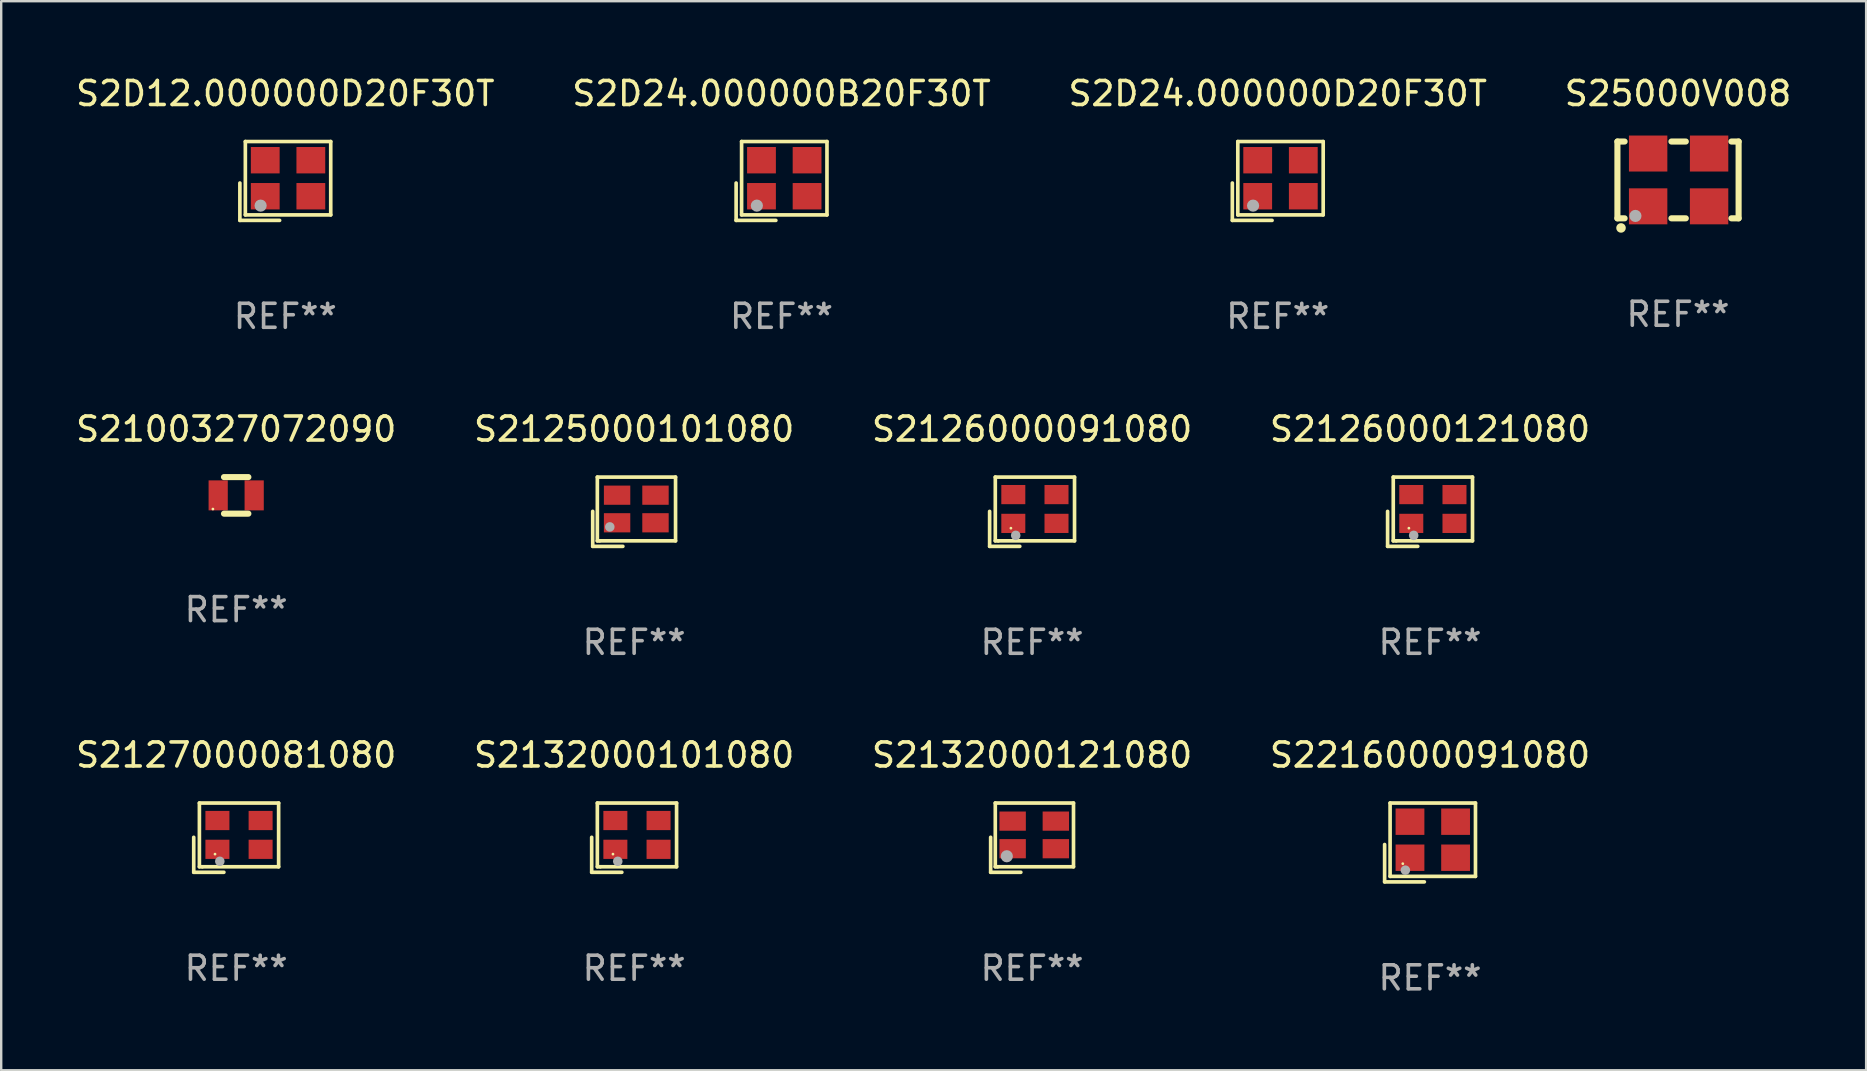
<source format=kicad_pcb>
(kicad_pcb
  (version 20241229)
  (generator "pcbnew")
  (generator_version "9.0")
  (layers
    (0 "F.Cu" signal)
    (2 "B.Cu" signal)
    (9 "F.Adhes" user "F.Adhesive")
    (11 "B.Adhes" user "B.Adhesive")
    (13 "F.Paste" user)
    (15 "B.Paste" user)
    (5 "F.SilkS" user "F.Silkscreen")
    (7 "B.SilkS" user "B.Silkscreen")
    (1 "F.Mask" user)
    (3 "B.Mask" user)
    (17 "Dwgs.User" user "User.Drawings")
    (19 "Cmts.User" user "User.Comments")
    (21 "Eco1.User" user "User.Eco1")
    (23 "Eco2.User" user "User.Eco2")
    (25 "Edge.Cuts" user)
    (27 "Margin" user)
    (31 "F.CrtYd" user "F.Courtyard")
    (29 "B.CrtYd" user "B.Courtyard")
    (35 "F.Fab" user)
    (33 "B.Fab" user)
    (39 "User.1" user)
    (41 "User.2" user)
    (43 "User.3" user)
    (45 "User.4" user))
  (footprint "S2126000121080"
    (layer "F.Cu")
    (at 56.542 18.274)
    (property "Reference" "S2126000121080" (at 0 -3.443 0) (layer "F.SilkS") (effects (font (size 1 1) (thickness 0.15))))
    (attr through_hole)
    (fp_line (start -1.769 -0.014) (end -1.769 1.443) (stroke (width 0.152) (type solid)) (layer "F.SilkS"))
    (fp_line (start -1.769 1.443) (end -0.512 1.443) (stroke (width 0.152) (type solid)) (layer "F.SilkS"))
    (fp_line (start -1.533 -1.443) (end 1.769 -1.443) (stroke (width 0.152) (type solid)) (layer "F.SilkS"))
    (fp_line (start -1.533 1.214) (end -1.533 -1.443) (stroke (width 0.152) (type solid)) (layer "F.SilkS"))
    (fp_line (start -1.411 1.214) (end -1.533 1.214) (stroke (width 0.152) (type solid)) (layer "F.SilkS"))
    (fp_line (start 1.769 -1.443) (end 1.769 1.214) (stroke (width 0.152) (type solid)) (layer "F.SilkS"))
    (fp_line (start 1.769 1.214) (end -1.411 1.214) (stroke (width 0.152) (type solid)) (layer "F.SilkS"))
    (fp_circle (center -0.882 0.686) (end -0.852 0.686) (stroke (width 0.06) (type solid)) (fill no) (layer "F.SilkS"))
    (fp_circle (center -0.682 0.986) (end -0.582 0.986) (stroke (width 0.2) (type solid)) (fill no) (layer "F.Fab"))
    (fp_text user "REF**" (at 0 5.443 0) (layer "F.Fab") (effects (font (size 1 1) (thickness 0.15))))
    (pad "1" smd rect (at -0.782 0.486 90) (size 0.8 1) (layers "F.Cu" "F.Mask" "F.Paste"))
    (pad "2" smd rect (at 1.018 0.486 90) (size 0.8 1) (layers "F.Cu" "F.Mask" "F.Paste"))
    (pad "3" smd rect (at 1.018 -0.714 90) (size 0.8 1) (layers "F.Cu" "F.Mask" "F.Paste"))
    (pad "4" smd rect (at -0.782 -0.714 90) (size 0.8 1) (layers "F.Cu" "F.Mask" "F.Paste")))
  (footprint "S2125000101080"
    (layer "F.Cu")
    (at 23.375 18.274)
    (property "Reference" "S2125000101080" (at 0 -3.443 0) (layer "F.SilkS") (effects (font (size 1 1) (thickness 0.15))))
    (attr through_hole)
    (fp_line (start -1.726 -0.015) (end -1.726 1.443) (stroke (width 0.152) (type solid)) (layer "F.SilkS"))
    (fp_line (start -1.726 1.443) (end -0.469 1.443) (stroke (width 0.152) (type solid)) (layer "F.SilkS"))
    (fp_line (start -1.533 -1.443) (end 1.726 -1.443) (stroke (width 0.152) (type solid)) (layer "F.SilkS"))
    (fp_line (start -1.533 1.214) (end -1.533 -1.443) (stroke (width 0.152) (type solid)) (layer "F.SilkS"))
    (fp_line (start -1.439 1.214) (end -1.533 1.214) (stroke (width 0.152) (type solid)) (layer "F.SilkS"))
    (fp_line (start 1.726 -1.443) (end 1.726 1.214) (stroke (width 0.152) (type solid)) (layer "F.SilkS"))
    (fp_line (start 1.726 1.214) (end -1.439 1.214) (stroke (width 0.152) (type solid)) (layer "F.SilkS"))
    (fp_circle (center -0.91 0.686) (end -0.88 0.686) (stroke (width 0.06) (type solid)) (fill no) (layer "F.SilkS"))
    (fp_circle (center -1.014 0.633) (end -0.914 0.633) (stroke (width 0.2) (type solid)) (fill no) (layer "F.Fab"))
    (fp_text user "REF**" (at 0 5.443 0) (layer "F.Fab") (effects (font (size 1 1) (thickness 0.15))))
    (pad "1" smd rect (at -0.71 0.461) (size 1.1 0.8) (layers "F.Cu" "F.Mask" "F.Paste"))
    (pad "2" smd rect (at 0.89 0.461) (size 1.1 0.8) (layers "F.Cu" "F.Mask" "F.Paste"))
    (pad "3" smd rect (at 0.89 -0.689) (size 1.1 0.8) (layers "F.Cu" "F.Mask" "F.Paste"))
    (pad "4" smd rect (at -0.71 -0.689) (size 1.1 0.8) (layers "F.Cu" "F.Mask" "F.Paste")))
  (footprint "S2D24.000000B20F30T"
    (layer "F.Cu")
    (at 29.518 4.491)
    (property "Reference" "S2D24.000000B20F30T" (at 0 -3.643 0) (layer "F.SilkS") (effects (font (size 1 1) (thickness 0.15))))
    (attr through_hole)
    (fp_line (start -1.893 0.086) (end -1.893 1.643) (stroke (width 0.152) (type solid)) (layer "F.SilkS"))
    (fp_line (start -1.893 1.643) (end -0.237 1.643) (stroke (width 0.152) (type solid)) (layer "F.SilkS"))
    (fp_line (start -1.665 -1.643) (end 1.893 -1.643) (stroke (width 0.152) (type solid)) (layer "F.SilkS"))
    (fp_line (start -1.665 1.414) (end -1.665 -1.643) (stroke (width 0.152) (type solid)) (layer "F.SilkS"))
    (fp_line (start 1.893 -1.643) (end 1.893 1.414) (stroke (width 0.152) (type solid)) (layer "F.SilkS"))
    (fp_line (start 1.893 1.414) (end -1.665 1.414) (stroke (width 0.152) (type solid)) (layer "F.SilkS"))
    (fp_circle (center -1.136 0.885) (end -1.106 0.885) (stroke (width 0.06) (type solid)) (fill no) (layer "F.SilkS"))
    (fp_circle (center -1.029 1.028) (end -0.902 1.028) (stroke (width 0.254) (type solid)) (fill no) (layer "F.Fab"))
    (fp_text user "REF**" (at 0 5.643 0) (layer "F.Fab") (effects (font (size 1 1) (thickness 0.15))))
    (pad "1" smd rect (at -0.836 0.636) (size 1.2 1.1) (layers "F.Cu" "F.Mask" "F.Paste"))
    (pad "2" smd rect (at 1.064 0.636) (size 1.2 1.1) (layers "F.Cu" "F.Mask" "F.Paste"))
    (pad "3" smd rect (at 1.064 -0.865) (size 1.2 1.1) (layers "F.Cu" "F.Mask" "F.Paste"))
    (pad "4" smd rect (at -0.836 -0.865) (size 1.2 1.1) (layers "F.Cu" "F.Mask" "F.Paste")))
  (footprint "S2100327072090"
    (layer "F.Cu")
    (at 6.792 17.593)
    (property "Reference" "S2100327072090" (at 0 -2.762 0) (layer "F.SilkS") (effects (font (size 1 1) (thickness 0.15))))
    (attr through_hole)
    (fp_line (start -0.508 -0.762) (end 0.508 -0.762) (stroke (width 0.254) (type solid)) (layer "F.SilkS"))
    (fp_line (start -0.508 0.762) (end 0.508 0.762) (stroke (width 0.254) (type solid)) (layer "F.SilkS"))
    (fp_circle (center -0.97 0.57) (end -0.94 0.57) (stroke (width 0.06) (type solid)) (fill no) (layer "F.SilkS"))
    (fp_text user "REF**" (at 0 4.762 0) (layer "F.Fab") (effects (font (size 1 1) (thickness 0.15))))
    (pad "1" smd rect (at -0.75 0 180) (size 0.8 1.25) (layers "F.Cu" "F.Mask" "F.Paste"))
    (pad "2" smd rect (at 0.75 0) (size 0.8 1.25) (layers "F.Cu" "F.Mask" "F.Paste")))
  (footprint "S2D12.000000D20F30T"
    (layer "F.Cu")
    (at 8.839 4.491)
    (property "Reference" "S2D12.000000D20F30T" (at 0 -3.643 0) (layer "F.SilkS") (effects (font (size 1 1) (thickness 0.15))))
    (attr through_hole)
    (fp_line (start -1.893 0.086) (end -1.893 1.643) (stroke (width 0.152) (type solid)) (layer "F.SilkS"))
    (fp_line (start -1.893 1.643) (end -0.237 1.643) (stroke (width 0.152) (type solid)) (layer "F.SilkS"))
    (fp_line (start -1.665 -1.643) (end 1.893 -1.643) (stroke (width 0.152) (type solid)) (layer "F.SilkS"))
    (fp_line (start -1.665 1.414) (end -1.665 -1.643) (stroke (width 0.152) (type solid)) (layer "F.SilkS"))
    (fp_line (start 1.893 -1.643) (end 1.893 1.414) (stroke (width 0.152) (type solid)) (layer "F.SilkS"))
    (fp_line (start 1.893 1.414) (end -1.665 1.414) (stroke (width 0.152) (type solid)) (layer "F.SilkS"))
    (fp_circle (center -1.136 0.885) (end -1.106 0.885) (stroke (width 0.06) (type solid)) (fill no) (layer "F.SilkS"))
    (fp_circle (center -1.029 1.028) (end -0.902 1.028) (stroke (width 0.254) (type solid)) (fill no) (layer "F.Fab"))
    (fp_text user "REF**" (at 0 5.643 0) (layer "F.Fab") (effects (font (size 1 1) (thickness 0.15))))
    (pad "1" smd rect (at -0.836 0.636) (size 1.2 1.1) (layers "F.Cu" "F.Mask" "F.Paste"))
    (pad "2" smd rect (at 1.064 0.636) (size 1.2 1.1) (layers "F.Cu" "F.Mask" "F.Paste"))
    (pad "3" smd rect (at 1.064 -0.865) (size 1.2 1.1) (layers "F.Cu" "F.Mask" "F.Paste"))
    (pad "4" smd rect (at -0.836 -0.865) (size 1.2 1.1) (layers "F.Cu" "F.Mask" "F.Paste")))
  (footprint "S2132000101080"
    (layer "F.Cu")
    (at 23.375 31.856)
    (property "Reference" "S2132000101080" (at 0 -3.443 0) (layer "F.SilkS") (effects (font (size 1 1) (thickness 0.15))))
    (attr through_hole)
    (fp_line (start -1.769 -0.014) (end -1.769 1.443) (stroke (width 0.152) (type solid)) (layer "F.SilkS"))
    (fp_line (start -1.769 1.443) (end -0.512 1.443) (stroke (width 0.152) (type solid)) (layer "F.SilkS"))
    (fp_line (start -1.533 -1.443) (end 1.769 -1.443) (stroke (width 0.152) (type solid)) (layer "F.SilkS"))
    (fp_line (start -1.533 1.214) (end -1.533 -1.443) (stroke (width 0.152) (type solid)) (layer "F.SilkS"))
    (fp_line (start -1.411 1.214) (end -1.533 1.214) (stroke (width 0.152) (type solid)) (layer "F.SilkS"))
    (fp_line (start 1.769 -1.443) (end 1.769 1.214) (stroke (width 0.152) (type solid)) (layer "F.SilkS"))
    (fp_line (start 1.769 1.214) (end -1.411 1.214) (stroke (width 0.152) (type solid)) (layer "F.SilkS"))
    (fp_circle (center -0.882 0.686) (end -0.852 0.686) (stroke (width 0.06) (type solid)) (fill no) (layer "F.SilkS"))
    (fp_circle (center -0.682 0.986) (end -0.582 0.986) (stroke (width 0.2) (type solid)) (fill no) (layer "F.Fab"))
    (fp_text user "REF**" (at 0 5.443 0) (layer "F.Fab") (effects (font (size 1 1) (thickness 0.15))))
    (pad "1" smd rect (at -0.782 0.486 90) (size 0.8 1) (layers "F.Cu" "F.Mask" "F.Paste"))
    (pad "2" smd rect (at 1.018 0.486 90) (size 0.8 1) (layers "F.Cu" "F.Mask" "F.Paste"))
    (pad "3" smd rect (at 1.018 -0.714 90) (size 0.8 1) (layers "F.Cu" "F.Mask" "F.Paste"))
    (pad "4" smd rect (at -0.782 -0.714 90) (size 0.8 1) (layers "F.Cu" "F.Mask" "F.Paste")))
  (footprint "S2126000091080"
    (layer "F.Cu")
    (at 39.958 18.274)
    (property "Reference" "S2126000091080" (at 0 -3.443 0) (layer "F.SilkS") (effects (font (size 1 1) (thickness 0.15))))
    (attr through_hole)
    (fp_line (start -1.769 -0.014) (end -1.769 1.443) (stroke (width 0.152) (type solid)) (layer "F.SilkS"))
    (fp_line (start -1.769 1.443) (end -0.512 1.443) (stroke (width 0.152) (type solid)) (layer "F.SilkS"))
    (fp_line (start -1.533 -1.443) (end 1.769 -1.443) (stroke (width 0.152) (type solid)) (layer "F.SilkS"))
    (fp_line (start -1.533 1.214) (end -1.533 -1.443) (stroke (width 0.152) (type solid)) (layer "F.SilkS"))
    (fp_line (start -1.411 1.214) (end -1.533 1.214) (stroke (width 0.152) (type solid)) (layer "F.SilkS"))
    (fp_line (start 1.769 -1.443) (end 1.769 1.214) (stroke (width 0.152) (type solid)) (layer "F.SilkS"))
    (fp_line (start 1.769 1.214) (end -1.411 1.214) (stroke (width 0.152) (type solid)) (layer "F.SilkS"))
    (fp_circle (center -0.882 0.686) (end -0.852 0.686) (stroke (width 0.06) (type solid)) (fill no) (layer "F.SilkS"))
    (fp_circle (center -0.682 0.986) (end -0.582 0.986) (stroke (width 0.2) (type solid)) (fill no) (layer "F.Fab"))
    (fp_text user "REF**" (at 0 5.443 0) (layer "F.Fab") (effects (font (size 1 1) (thickness 0.15))))
    (pad "1" smd rect (at -0.782 0.486 90) (size 0.8 1) (layers "F.Cu" "F.Mask" "F.Paste"))
    (pad "2" smd rect (at 1.018 0.486 90) (size 0.8 1) (layers "F.Cu" "F.Mask" "F.Paste"))
    (pad "3" smd rect (at 1.018 -0.714 90) (size 0.8 1) (layers "F.Cu" "F.Mask" "F.Paste"))
    (pad "4" smd rect (at -0.782 -0.714 90) (size 0.8 1) (layers "F.Cu" "F.Mask" "F.Paste")))
  (footprint "S25000V008"
    (layer "F.Cu")
    (at 66.875 4.448)
    (property "Reference" "S25000V008" (at 0 -3.6 0) (layer "F.SilkS") (effects (font (size 1 1) (thickness 0.15))))
    (attr through_hole)
    (fp_line (start -2.525 -1.6) (end -2.225 -1.6) (stroke (width 0.254) (type solid)) (layer "F.SilkS"))
    (fp_line (start -2.525 1.6) (end -2.525 -1.6) (stroke (width 0.254) (type solid)) (layer "F.SilkS"))
    (fp_line (start -2.225 1.6) (end -2.525 1.6) (stroke (width 0.254) (type solid)) (layer "F.SilkS"))
    (fp_line (start -0.275 -1.6) (end 0.325 -1.6) (stroke (width 0.254) (type solid)) (layer "F.SilkS"))
    (fp_line (start -0.275 1.6) (end 0.325 1.6) (stroke (width 0.254) (type solid)) (layer "F.SilkS"))
    (fp_line (start 2.225 -1.6) (end 2.525 -1.6) (stroke (width 0.254) (type solid)) (layer "F.SilkS"))
    (fp_line (start 2.525 -1.6) (end 2.525 1.6) (stroke (width 0.254) (type solid)) (layer "F.SilkS"))
    (fp_line (start 2.525 1.6) (end 2.225 1.6) (stroke (width 0.254) (type solid)) (layer "F.SilkS"))
    (fp_circle (center -2.475 1.65) (end -2.445 1.65) (stroke (width 0.06) (type solid)) (fill no) (layer "F.SilkS"))
    (fp_circle (center -2.375 2) (end -2.275 2) (stroke (width 0.2) (type solid)) (fill no) (layer "F.SilkS"))
    (fp_circle (center -1.775 1.5) (end -1.648 1.5) (stroke (width 0.254) (type solid)) (fill no) (layer "F.Fab"))
    (fp_text user "REF**" (at 0 5.6 0) (layer "F.Fab") (effects (font (size 1 1) (thickness 0.15))))
    (pad "1" smd rect (at -1.245 1.1) (size 1.6 1.5) (layers "F.Cu" "F.Mask" "F.Paste"))
    (pad "2" smd rect (at 1.295 1.1) (size 1.6 1.5) (layers "F.Cu" "F.Mask" "F.Paste"))
    (pad "3" smd rect (at 1.295 -1.1 180) (size 1.6 1.5) (layers "F.Cu" "F.Mask" "F.Paste"))
    (pad "4" smd rect (at -1.245 -1.1) (size 1.6 1.5) (layers "F.Cu" "F.Mask" "F.Paste")))
  (footprint "S2127000081080"
    (layer "F.Cu")
    (at 6.792 31.856)
    (property "Reference" "S2127000081080" (at 0 -3.443 0) (layer "F.SilkS") (effects (font (size 1 1) (thickness 0.15))))
    (attr through_hole)
    (fp_line (start -1.769 -0.014) (end -1.769 1.443) (stroke (width 0.152) (type solid)) (layer "F.SilkS"))
    (fp_line (start -1.769 1.443) (end -0.512 1.443) (stroke (width 0.152) (type solid)) (layer "F.SilkS"))
    (fp_line (start -1.533 -1.443) (end 1.769 -1.443) (stroke (width 0.152) (type solid)) (layer "F.SilkS"))
    (fp_line (start -1.533 1.214) (end -1.533 -1.443) (stroke (width 0.152) (type solid)) (layer "F.SilkS"))
    (fp_line (start -1.411 1.214) (end -1.533 1.214) (stroke (width 0.152) (type solid)) (layer "F.SilkS"))
    (fp_line (start 1.769 -1.443) (end 1.769 1.214) (stroke (width 0.152) (type solid)) (layer "F.SilkS"))
    (fp_line (start 1.769 1.214) (end -1.411 1.214) (stroke (width 0.152) (type solid)) (layer "F.SilkS"))
    (fp_circle (center -0.882 0.686) (end -0.852 0.686) (stroke (width 0.06) (type solid)) (fill no) (layer "F.SilkS"))
    (fp_circle (center -0.682 0.986) (end -0.582 0.986) (stroke (width 0.2) (type solid)) (fill no) (layer "F.Fab"))
    (fp_text user "REF**" (at 0 5.443 0) (layer "F.Fab") (effects (font (size 1 1) (thickness 0.15))))
    (pad "1" smd rect (at -0.782 0.486 90) (size 0.8 1) (layers "F.Cu" "F.Mask" "F.Paste"))
    (pad "2" smd rect (at 1.018 0.486 90) (size 0.8 1) (layers "F.Cu" "F.Mask" "F.Paste"))
    (pad "3" smd rect (at 1.018 -0.714 90) (size 0.8 1) (layers "F.Cu" "F.Mask" "F.Paste"))
    (pad "4" smd rect (at -0.782 -0.714 90) (size 0.8 1) (layers "F.Cu" "F.Mask" "F.Paste")))
  (footprint "S2132000121080"
    (layer "F.Cu")
    (at 39.958 31.856)
    (property "Reference" "S2132000121080" (at 0 -3.443 0) (layer "F.SilkS") (effects (font (size 1 1) (thickness 0.15))))
    (attr through_hole)
    (fp_line (start -1.726 -0.015) (end -1.726 1.443) (stroke (width 0.152) (type solid)) (layer "F.SilkS"))
    (fp_line (start -1.726 1.443) (end -0.469 1.443) (stroke (width 0.152) (type solid)) (layer "F.SilkS"))
    (fp_line (start -1.533 -1.443) (end 1.726 -1.443) (stroke (width 0.152) (type solid)) (layer "F.SilkS"))
    (fp_line (start -1.533 1.214) (end -1.533 -1.443) (stroke (width 0.152) (type solid)) (layer "F.SilkS"))
    (fp_line (start -1.439 1.214) (end -1.533 1.214) (stroke (width 0.152) (type solid)) (layer "F.SilkS"))
    (fp_line (start 1.726 -1.443) (end 1.726 1.214) (stroke (width 0.152) (type solid)) (layer "F.SilkS"))
    (fp_line (start 1.726 1.214) (end -1.439 1.214) (stroke (width 0.152) (type solid)) (layer "F.SilkS"))
    (fp_circle (center -0.91 0.686) (end -0.88 0.686) (stroke (width 0.06) (type solid)) (fill no) (layer "F.SilkS"))
    (fp_circle (center -1.053 0.775) (end -0.926 0.775) (stroke (width 0.254) (type solid)) (fill no) (layer "F.Fab"))
    (fp_text user "REF**" (at 0 5.443 0) (layer "F.Fab") (effects (font (size 1 1) (thickness 0.15))))
    (pad "1" smd rect (at -0.81 0.461) (size 1.1 0.8) (layers "F.Cu" "F.Mask" "F.Paste"))
    (pad "2" smd rect (at 0.99 0.461) (size 1.1 0.8) (layers "F.Cu" "F.Mask" "F.Paste"))
    (pad "3" smd rect (at 0.99 -0.689) (size 1.1 0.8) (layers "F.Cu" "F.Mask" "F.Paste"))
    (pad "4" smd rect (at -0.81 -0.689) (size 1.1 0.8) (layers "F.Cu" "F.Mask" "F.Paste")))
  (footprint "S2216000091080"
    (layer "F.Cu")
    (at 56.542 32.056)
    (property "Reference" "S2216000091080" (at 0 -3.643 0) (layer "F.SilkS") (effects (font (size 1 1) (thickness 0.15))))
    (attr through_hole)
    (fp_line (start -1.893 0.086) (end -1.893 1.643) (stroke (width 0.152) (type solid)) (layer "F.SilkS"))
    (fp_line (start -1.893 1.643) (end -0.237 1.643) (stroke (width 0.152) (type solid)) (layer "F.SilkS"))
    (fp_line (start -1.665 -1.643) (end 1.893 -1.643) (stroke (width 0.152) (type solid)) (layer "F.SilkS"))
    (fp_line (start -1.665 1.414) (end -1.665 -1.643) (stroke (width 0.152) (type solid)) (layer "F.SilkS"))
    (fp_line (start 1.893 -1.643) (end 1.893 1.414) (stroke (width 0.152) (type solid)) (layer "F.SilkS"))
    (fp_line (start 1.893 1.414) (end -1.665 1.414) (stroke (width 0.152) (type solid)) (layer "F.SilkS"))
    (fp_circle (center -1.136 0.885) (end -1.106 0.885) (stroke (width 0.06) (type solid)) (fill no) (layer "F.SilkS"))
    (fp_circle (center -1.029 1.155) (end -0.929 1.155) (stroke (width 0.2) (type solid)) (fill no) (layer "F.Fab"))
    (fp_text user "REF**" (at 0 5.643 0) (layer "F.Fab") (effects (font (size 1 1) (thickness 0.15))))
    (pad "1" smd rect (at -0.836 0.636) (size 1.2 1.1) (layers "F.Cu" "F.Mask" "F.Paste"))
    (pad "2" smd rect (at 1.064 0.636) (size 1.2 1.1) (layers "F.Cu" "F.Mask" "F.Paste"))
    (pad "3" smd rect (at 1.064 -0.865) (size 1.2 1.1) (layers "F.Cu" "F.Mask" "F.Paste"))
    (pad "4" smd rect (at -0.836 -0.865) (size 1.2 1.1) (layers "F.Cu" "F.Mask" "F.Paste")))
  (footprint "S2D24.000000D20F30T"
    (layer "F.Cu")
    (at 50.196 4.491)
    (property "Reference" "S2D24.000000D20F30T" (at 0 -3.643 0) (layer "F.SilkS") (effects (font (size 1 1) (thickness 0.15))))
    (attr through_hole)
    (fp_line (start -1.893 0.086) (end -1.893 1.643) (stroke (width 0.152) (type solid)) (layer "F.SilkS"))
    (fp_line (start -1.893 1.643) (end -0.237 1.643) (stroke (width 0.152) (type solid)) (layer "F.SilkS"))
    (fp_line (start -1.665 -1.643) (end 1.893 -1.643) (stroke (width 0.152) (type solid)) (layer "F.SilkS"))
    (fp_line (start -1.665 1.414) (end -1.665 -1.643) (stroke (width 0.152) (type solid)) (layer "F.SilkS"))
    (fp_line (start 1.893 -1.643) (end 1.893 1.414) (stroke (width 0.152) (type solid)) (layer "F.SilkS"))
    (fp_line (start 1.893 1.414) (end -1.665 1.414) (stroke (width 0.152) (type solid)) (layer "F.SilkS"))
    (fp_circle (center -1.136 0.885) (end -1.106 0.885) (stroke (width 0.06) (type solid)) (fill no) (layer "F.SilkS"))
    (fp_circle (center -1.029 1.028) (end -0.902 1.028) (stroke (width 0.254) (type solid)) (fill no) (layer "F.Fab"))
    (fp_text user "REF**" (at 0 5.643 0) (layer "F.Fab") (effects (font (size 1 1) (thickness 0.15))))
    (pad "1" smd rect (at -0.836 0.636) (size 1.2 1.1) (layers "F.Cu" "F.Mask" "F.Paste"))
    (pad "2" smd rect (at 1.064 0.636) (size 1.2 1.1) (layers "F.Cu" "F.Mask" "F.Paste"))
    (pad "3" smd rect (at 1.064 -0.865) (size 1.2 1.1) (layers "F.Cu" "F.Mask" "F.Paste"))
    (pad "4" smd rect (at -0.836 -0.865) (size 1.2 1.1) (layers "F.Cu" "F.Mask" "F.Paste")))
  (gr_rect
    (start -3 -3)
    (end 74.714 41.548)
    (stroke (width 0.1) (type default))
    (fill no)
    (layer "Edge.Cuts")))
</source>
